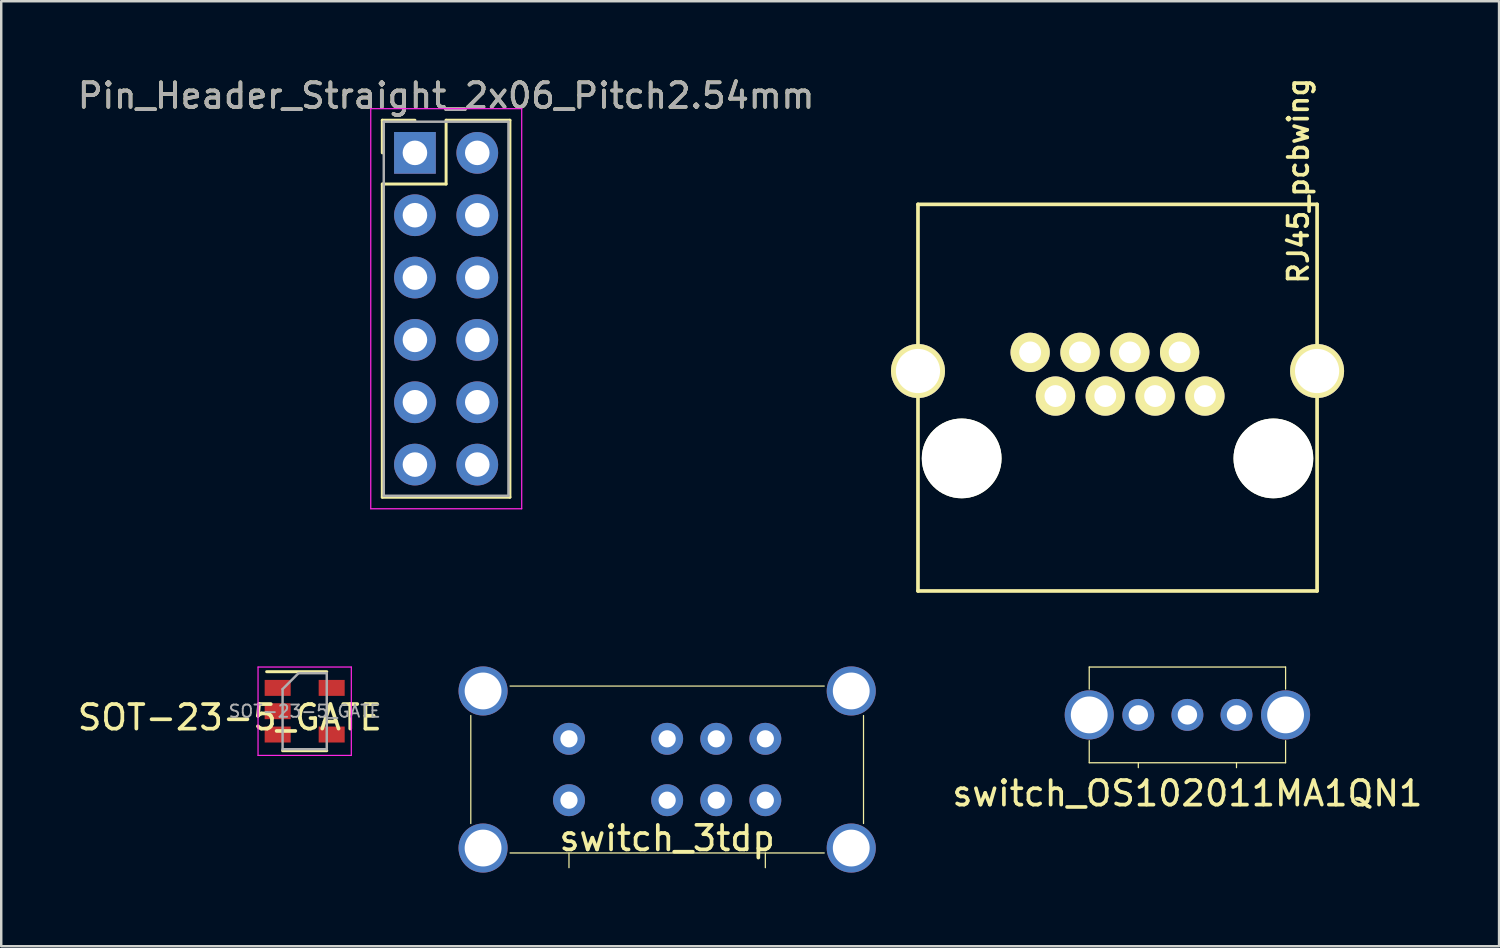
<source format=kicad_pcb>
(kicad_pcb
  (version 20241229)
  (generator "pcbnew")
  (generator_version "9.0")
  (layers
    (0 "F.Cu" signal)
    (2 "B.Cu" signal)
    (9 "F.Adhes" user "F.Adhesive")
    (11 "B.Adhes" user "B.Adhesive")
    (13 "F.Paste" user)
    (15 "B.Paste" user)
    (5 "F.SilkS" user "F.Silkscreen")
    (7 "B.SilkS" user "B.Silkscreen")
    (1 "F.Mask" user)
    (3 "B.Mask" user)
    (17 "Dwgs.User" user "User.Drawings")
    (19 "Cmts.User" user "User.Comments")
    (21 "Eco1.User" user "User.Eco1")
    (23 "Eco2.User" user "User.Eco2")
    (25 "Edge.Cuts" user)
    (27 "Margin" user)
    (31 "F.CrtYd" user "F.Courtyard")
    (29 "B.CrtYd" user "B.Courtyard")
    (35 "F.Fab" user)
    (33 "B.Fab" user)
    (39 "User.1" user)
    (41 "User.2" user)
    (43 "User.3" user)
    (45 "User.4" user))
  (footprint "switch_3tdp"
    (layer "F.Cu")
    (at 24.131 28.301)
    (property "Reference" "switch_3tdp" (at 0 2.8 0) (layer "F.SilkS") (effects (font (size 1 1) (thickness 0.15))))
    (attr through_hole)
    (fp_line (start -8 -2.2) (end -8 2.2) (stroke (width 0.05) (type solid)) (layer "F.SilkS"))
    (fp_line (start -6.4 -3.4) (end 6.4 -3.4) (stroke (width 0.05) (type solid)) (layer "F.SilkS"))
    (fp_line (start -4 3.4) (end -4 4) (stroke (width 0.05) (type solid)) (layer "F.SilkS"))
    (fp_line (start 4 3.4) (end 4 4) (stroke (width 0.05) (type solid)) (layer "F.SilkS"))
    (fp_line (start 6.4 3.4) (end -6.4 3.4) (stroke (width 0.05) (type solid)) (layer "F.SilkS"))
    (fp_line (start 8 2.2) (end 8 -2.2) (stroke (width 0.05) (type solid)) (layer "F.SilkS"))
    (pad "1" thru_hole circle (at -4 -1.25) (size 1.3 1.3) (drill 0.7) (layers "*.Cu" "*.Mask"))
    (pad "2" thru_hole circle (at 0 -1.25) (size 1.3 1.3) (drill 0.7) (layers "*.Cu" "*.Mask"))
    (pad "3" thru_hole circle (at 2 -1.25) (size 1.3 1.3) (drill 0.7) (layers "*.Cu" "*.Mask"))
    (pad "4" thru_hole circle (at 4 -1.25) (size 1.3 1.3) (drill 0.7) (layers "*.Cu" "*.Mask"))
    (pad "5" thru_hole circle (at -4 1.25) (size 1.3 1.3) (drill 0.7) (layers "*.Cu" "*.Mask"))
    (pad "6" thru_hole circle (at 0 1.25) (size 1.3 1.3) (drill 0.7) (layers "*.Cu" "*.Mask"))
    (pad "7" thru_hole circle (at 2 1.25) (size 1.3 1.3) (drill 0.7) (layers "*.Cu" "*.Mask"))
    (pad "8" thru_hole circle (at 4 1.25) (size 1.3 1.3) (drill 0.7) (layers "*.Cu" "*.Mask"))
    (pad "GND" thru_hole circle (at -7.5 -3.2) (size 2 2) (drill 1.5) (layers "*.Cu" "*.Mask"))
    (pad "GND" thru_hole circle (at -7.5 3.2) (size 2 2) (drill 1.5) (layers "*.Cu" "*.Mask"))
    (pad "GND" thru_hole circle (at 7.5 -3.2) (size 2 2) (drill 1.5) (layers "*.Cu" "*.Mask"))
    (pad "GND" thru_hole circle (at 7.5 3.2) (size 2 2) (drill 1.5) (layers "*.Cu" "*.Mask")))
  (footprint "Pin_Header_Straight_2x06_Pitch2.54mm"
    (layer "F.Cu")
    (at 13.855 3.178)
    (property "Reference" "Pin_Header_Straight_2x06_Pitch2.54mm" (at 1.27 -2.33 0) (layer "F.SilkS") (effects (font (size 1 1) (thickness 0.15))))
    (attr through_hole)
    (fp_line (start -1.33 -1.33) (end 0 -1.33) (stroke (width 0.12) (type solid)) (layer "F.SilkS"))
    (fp_line (start -1.33 0) (end -1.33 -1.33) (stroke (width 0.12) (type solid)) (layer "F.SilkS"))
    (fp_line (start -1.33 1.27) (end -1.33 14.03) (stroke (width 0.12) (type solid)) (layer "F.SilkS"))
    (fp_line (start -1.33 14.03) (end 3.87 14.03) (stroke (width 0.12) (type solid)) (layer "F.SilkS"))
    (fp_line (start 1.27 -1.33) (end 1.27 1.27) (stroke (width 0.12) (type solid)) (layer "F.SilkS"))
    (fp_line (start 1.27 1.27) (end -1.33 1.27) (stroke (width 0.12) (type solid)) (layer "F.SilkS"))
    (fp_line (start 3.87 -1.33) (end 1.27 -1.33) (stroke (width 0.12) (type solid)) (layer "F.SilkS"))
    (fp_line (start 3.87 14.03) (end 3.87 -1.33) (stroke (width 0.12) (type solid)) (layer "F.SilkS"))
    (fp_line (start -1.8 -1.8) (end -1.8 14.5) (stroke (width 0.05) (type solid)) (layer "F.CrtYd"))
    (fp_line (start -1.8 14.5) (end 4.35 14.5) (stroke (width 0.05) (type solid)) (layer "F.CrtYd"))
    (fp_line (start 4.35 -1.8) (end -1.8 -1.8) (stroke (width 0.05) (type solid)) (layer "F.CrtYd"))
    (fp_line (start 4.35 14.5) (end 4.35 -1.8) (stroke (width 0.05) (type solid)) (layer "F.CrtYd"))
    (fp_line (start -1.27 -1.27) (end -1.27 13.97) (stroke (width 0.1) (type solid)) (layer "F.Fab"))
    (fp_line (start -1.27 13.97) (end 3.81 13.97) (stroke (width 0.1) (type solid)) (layer "F.Fab"))
    (fp_line (start 3.81 -1.27) (end -1.27 -1.27) (stroke (width 0.1) (type solid)) (layer "F.Fab"))
    (fp_line (start 3.81 13.97) (end 3.81 -1.27) (stroke (width 0.1) (type solid)) (layer "F.Fab"))
    (fp_text user "${REFERENCE}" (at 1.27 -2.33 0) (layer "F.Fab") (effects (font (size 1 1) (thickness 0.15))))
    (pad "1" thru_hole rect (at 0 0) (size 1.7 1.7) (drill 1) (layers "*.Cu" "*.Mask"))
    (pad "2" thru_hole oval (at 2.54 0) (size 1.7 1.7) (drill 1) (layers "*.Cu" "*.Mask"))
    (pad "3" thru_hole oval (at 0 2.54) (size 1.7 1.7) (drill 1) (layers "*.Cu" "*.Mask"))
    (pad "4" thru_hole oval (at 2.54 2.54) (size 1.7 1.7) (drill 1) (layers "*.Cu" "*.Mask"))
    (pad "5" thru_hole oval (at 0 5.08) (size 1.7 1.7) (drill 1) (layers "*.Cu" "*.Mask"))
    (pad "6" thru_hole oval (at 2.54 5.08) (size 1.7 1.7) (drill 1) (layers "*.Cu" "*.Mask"))
    (pad "7" thru_hole oval (at 0 7.62) (size 1.7 1.7) (drill 1) (layers "*.Cu" "*.Mask"))
    (pad "8" thru_hole oval (at 2.54 7.62) (size 1.7 1.7) (drill 1) (layers "*.Cu" "*.Mask"))
    (pad "9" thru_hole oval (at 0 10.16) (size 1.7 1.7) (drill 1) (layers "*.Cu" "*.Mask"))
    (pad "10" thru_hole oval (at 2.54 10.16) (size 1.7 1.7) (drill 1) (layers "*.Cu" "*.Mask"))
    (pad "11" thru_hole oval (at 0 12.7) (size 1.7 1.7) (drill 1) (layers "*.Cu" "*.Mask"))
    (pad "12" thru_hole oval (at 2.54 12.7) (size 1.7 1.7) (drill 1) (layers "*.Cu" "*.Mask")))
  (footprint "switch_OS102011MA1QN1"
    (layer "F.Cu")
    (at 45.327 26.076)
    (property "Reference" "switch_OS102011MA1QN1" (at 0 3.2 0) (layer "F.SilkS") (effects (font (size 1 1) (thickness 0.15))))
    (attr through_hole)
    (fp_line (start -4 -1.95) (end -4 -1.05) (stroke (width 0.05) (type solid)) (layer "F.SilkS"))
    (fp_line (start -4 -1.95) (end 4 -1.95) (stroke (width 0.05) (type solid)) (layer "F.SilkS"))
    (fp_line (start -4 1.05) (end -4 1.95) (stroke (width 0.05) (type solid)) (layer "F.SilkS"))
    (fp_line (start -4 1.95) (end 4 1.95) (stroke (width 0.05) (type solid)) (layer "F.SilkS"))
    (fp_line (start -2 1.95) (end -2 2.15) (stroke (width 0.05) (type solid)) (layer "F.SilkS"))
    (fp_line (start 2 1.95) (end 2 2.15) (stroke (width 0.05) (type solid)) (layer "F.SilkS"))
    (fp_line (start 4 -1.95) (end 4 -1.05) (stroke (width 0.05) (type solid)) (layer "F.SilkS"))
    (fp_line (start 4 1.95) (end 4 1.05) (stroke (width 0.05) (type solid)) (layer "F.SilkS"))
    (pad "1" thru_hole circle (at -2 0) (size 1.3 1.3) (drill 0.79) (layers "*.Cu" "*.Mask"))
    (pad "2" thru_hole circle (at 0 0) (size 1.3 1.3) (drill 0.79) (layers "*.Cu" "*.Mask"))
    (pad "3" thru_hole circle (at 2 0) (size 1.3 1.3) (drill 0.79) (layers "*.Cu" "*.Mask"))
    (pad "GND" thru_hole circle (at -4 0) (size 2 2) (drill 1.5) (layers "*.Cu" "*.Mask"))
    (pad "GND" thru_hole circle (at 4 0) (size 2 2) (drill 1.5) (layers "*.Cu" "*.Mask")))
  (footprint "RJ45_pcbwing"
    (layer "F.Cu")
    (at 42.48 13.206)
    (property "Reference" "RJ45_pcbwing" (at 7.366 -8.89 90) (layer "F.SilkS") (effects (font (size 0.8 0.8) (thickness 0.15))))
    (attr through_hole)
    (fp_line (start -8.13 -7.93) (end 8.13 -7.93) (stroke (width 0.15) (type solid)) (layer "F.SilkS"))
    (fp_line (start -8.13 7.82) (end -8.13 -7.93) (stroke (width 0.15) (type solid)) (layer "F.SilkS"))
    (fp_line (start 8.13 -7.93) (end 8.13 7.82) (stroke (width 0.15) (type solid)) (layer "F.SilkS"))
    (fp_line (start 8.13 7.82) (end -8.13 7.82) (stroke (width 0.15) (type solid)) (layer "F.SilkS"))
    (pad "" np_thru_hole circle (at -6.35 2.42) (size 3.25 3.25) (drill 3.25) (layers "*.Cu" "*.Mask" "F.SilkS"))
    (pad "" np_thru_hole circle (at 6.35 2.42) (size 3.25 3.25) (drill 3.25) (layers "*.Cu" "*.Mask" "F.SilkS"))
    (pad "1" thru_hole circle (at 3.56 -0.12) (size 1.6 1.6) (drill 0.89) (layers "*.Cu" "*.Mask" "F.SilkS"))
    (pad "2" thru_hole circle (at 2.53 -1.9) (size 1.6 1.6) (drill 0.89) (layers "*.Cu" "*.Mask" "F.SilkS"))
    (pad "3" thru_hole circle (at 1.53 -0.12) (size 1.6 1.6) (drill 0.89) (layers "*.Cu" "*.Mask" "F.SilkS"))
    (pad "4" thru_hole circle (at 0.5 -1.9) (size 1.6 1.6) (drill 0.89) (layers "*.Cu" "*.Mask" "F.SilkS"))
    (pad "5" thru_hole circle (at -0.5 -0.12) (size 1.6 1.6) (drill 0.89) (layers "*.Cu" "*.Mask" "F.SilkS"))
    (pad "6" thru_hole circle (at -1.53 -1.9) (size 1.6 1.6) (drill 0.89) (layers "*.Cu" "*.Mask" "F.SilkS"))
    (pad "7" thru_hole circle (at -2.53 -0.12) (size 1.6 1.6) (drill 0.89) (layers "*.Cu" "*.Mask" "F.SilkS"))
    (pad "8" thru_hole circle (at -8.13 -1.14) (size 2.2 2.2) (drill 1.8) (layers "*.Cu" "*.Mask" "F.SilkS"))
    (pad "8" thru_hole circle (at -3.56 -1.9) (size 1.6 1.6) (drill 0.89) (layers "*.Cu" "*.Mask" "F.SilkS"))
    (pad "8" thru_hole circle (at 8.13 -1.14) (size 2.2 2.2) (drill 1.8) (layers "*.Cu" "*.Mask" "F.SilkS")))
  (footprint "SOT-23-5_GATE"
    (layer "F.Cu")
    (at 9.363 25.926)
    (property "Reference" "SOT-23-5_GATE" (at -3.048 0.254 0) (layer "F.SilkS") (effects (font (size 1 1) (thickness 0.15))))
    (attr smd)
    (fp_line (start -0.9 1.61) (end 0.9 1.61) (stroke (width 0.12) (type solid)) (layer "F.SilkS"))
    (fp_line (start 0.9 -1.61) (end -1.55 -1.61) (stroke (width 0.12) (type solid)) (layer "F.SilkS"))
    (fp_line (start -1.9 -1.8) (end 1.9 -1.8) (stroke (width 0.05) (type solid)) (layer "F.CrtYd"))
    (fp_line (start -1.9 1.8) (end -1.9 -1.8) (stroke (width 0.05) (type solid)) (layer "F.CrtYd"))
    (fp_line (start 1.9 -1.8) (end 1.9 1.8) (stroke (width 0.05) (type solid)) (layer "F.CrtYd"))
    (fp_line (start 1.9 1.8) (end -1.9 1.8) (stroke (width 0.05) (type solid)) (layer "F.CrtYd"))
    (fp_line (start -0.9 -0.9) (end -0.9 1.55) (stroke (width 0.1) (type solid)) (layer "F.Fab"))
    (fp_line (start -0.9 -0.9) (end -0.25 -1.55) (stroke (width 0.1) (type solid)) (layer "F.Fab"))
    (fp_line (start 0.9 -1.55) (end -0.25 -1.55) (stroke (width 0.1) (type solid)) (layer "F.Fab"))
    (fp_line (start 0.9 -1.55) (end 0.9 1.55) (stroke (width 0.1) (type solid)) (layer "F.Fab"))
    (fp_line (start 0.9 1.55) (end -0.9 1.55) (stroke (width 0.1) (type solid)) (layer "F.Fab"))
    (fp_text user "${REFERENCE}" (at 0 0 0) (layer "F.Fab") (effects (font (size 0.5 0.5) (thickness 0.075))))
    (pad "1" smd rect (at -1.1 -0.95) (size 1.06 0.65) (layers "F.Cu" "F.Mask" "F.Paste"))
    (pad "2" smd rect (at -1.1 0) (size 1.06 0.65) (layers "F.Cu" "F.Mask" "F.Paste"))
    (pad "3" smd rect (at -1.1 0.95) (size 1.06 0.65) (layers "F.Cu" "F.Mask" "F.Paste"))
    (pad "4" smd rect (at 1.1 0.95) (size 1.06 0.65) (layers "F.Cu" "F.Mask" "F.Paste"))
    (pad "5" smd rect (at 1.1 -0.95) (size 1.06 0.65) (layers "F.Cu" "F.Mask" "F.Paste")))
  (gr_rect
    (start -3 -3)
    (end 58.024 35.501)
    (stroke (width 0.1) (type default))
    (fill no)
    (layer "Edge.Cuts")))
</source>
